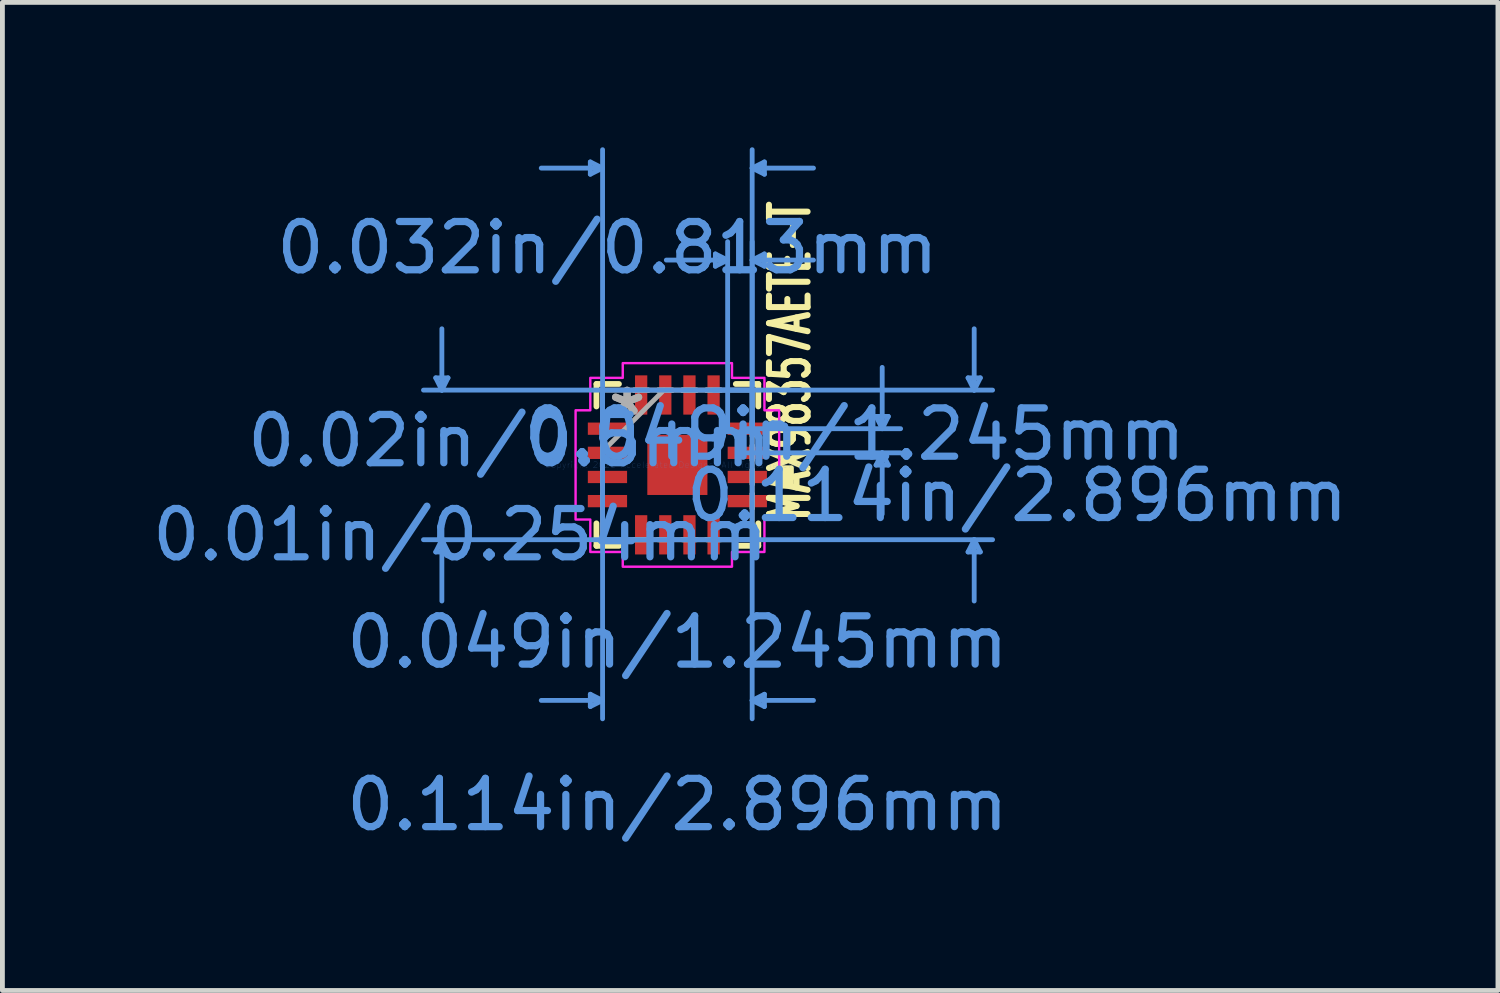
<source format=kicad_pcb>
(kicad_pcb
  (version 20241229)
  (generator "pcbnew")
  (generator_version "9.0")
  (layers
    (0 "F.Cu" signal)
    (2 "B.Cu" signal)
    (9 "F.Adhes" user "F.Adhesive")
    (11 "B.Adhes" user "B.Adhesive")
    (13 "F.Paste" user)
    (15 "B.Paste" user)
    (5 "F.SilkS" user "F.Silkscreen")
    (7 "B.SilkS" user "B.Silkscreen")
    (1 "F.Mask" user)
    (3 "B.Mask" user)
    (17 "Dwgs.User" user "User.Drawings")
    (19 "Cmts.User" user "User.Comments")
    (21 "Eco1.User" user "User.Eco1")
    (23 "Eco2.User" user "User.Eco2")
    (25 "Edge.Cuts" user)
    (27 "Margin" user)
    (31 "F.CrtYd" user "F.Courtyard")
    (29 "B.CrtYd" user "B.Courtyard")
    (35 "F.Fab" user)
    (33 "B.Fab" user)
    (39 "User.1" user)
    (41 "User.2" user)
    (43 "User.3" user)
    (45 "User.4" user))
  (footprint "MAX98357AETE-T"
    (layer "F.Cu")
    (at 10.978 6.578)
    (property "Reference" "MAX98357AETE-T" (at 2.333 -2.15 90) (layer "F.SilkS") (effects (font (size 0.8 0.5) (thickness 0.125))))
    (attr smd)
    (fp_line (start -1.676 -1.676) (end -1.676 -1.21) (stroke (width 0.12) (type solid)) (layer "F.SilkS"))
    (fp_line (start -1.676 1.21) (end -1.676 1.676) (stroke (width 0.12) (type solid)) (layer "F.SilkS"))
    (fp_line (start -1.676 1.676) (end -1.21 1.676) (stroke (width 0.12) (type solid)) (layer "F.SilkS"))
    (fp_line (start -1.21 -1.676) (end -1.676 -1.676) (stroke (width 0.12) (type solid)) (layer "F.SilkS"))
    (fp_line (start 1.21 1.676) (end 1.676 1.676) (stroke (width 0.12) (type solid)) (layer "F.SilkS"))
    (fp_line (start 1.676 -1.676) (end 1.21 -1.676) (stroke (width 0.12) (type solid)) (layer "F.SilkS"))
    (fp_line (start 1.676 -1.21) (end 1.676 -1.676) (stroke (width 0.12) (type solid)) (layer "F.SilkS"))
    (fp_line (start 1.676 1.676) (end 1.676 1.21) (stroke (width 0.12) (type solid)) (layer "F.SilkS"))
    (fp_poly (pts (xy 2.362 0.059) (xy 2.362 0.441) (xy 2.108 0.441) (xy 2.108 0.059)) (stroke (width 0.1) (type solid)) (fill yes) (layer "F.SilkS"))
    (fp_line (start -5.004 -1.803) (end -4.75 -1.803) (stroke (width 0.1) (type solid)) (layer "Cmts.User"))
    (fp_line (start -5.004 1.803) (end -4.75 1.803) (stroke (width 0.1) (type solid)) (layer "Cmts.User"))
    (fp_line (start -4.877 -1.549) (end -5.004 -1.803) (stroke (width 0.1) (type solid)) (layer "Cmts.User"))
    (fp_line (start -4.877 -1.549) (end -4.877 -2.819) (stroke (width 0.1) (type solid)) (layer "Cmts.User"))
    (fp_line (start -4.877 -1.549) (end -4.75 -1.803) (stroke (width 0.1) (type solid)) (layer "Cmts.User"))
    (fp_line (start -4.877 1.549) (end -5.004 1.803) (stroke (width 0.1) (type solid)) (layer "Cmts.User"))
    (fp_line (start -4.877 1.549) (end -4.877 2.819) (stroke (width 0.1) (type solid)) (layer "Cmts.User"))
    (fp_line (start -4.877 1.549) (end -4.75 1.803) (stroke (width 0.1) (type solid)) (layer "Cmts.User"))
    (fp_line (start -1.803 -6.274) (end -1.803 -6.02) (stroke (width 0.1) (type solid)) (layer "Cmts.User"))
    (fp_line (start -1.803 4.75) (end -1.803 5.004) (stroke (width 0.1) (type solid)) (layer "Cmts.User"))
    (fp_line (start -1.549 -6.147) (end -2.819 -6.147) (stroke (width 0.1) (type solid)) (layer "Cmts.User"))
    (fp_line (start -1.549 -6.147) (end -1.803 -6.274) (stroke (width 0.1) (type solid)) (layer "Cmts.User"))
    (fp_line (start -1.549 -6.147) (end -1.803 -6.02) (stroke (width 0.1) (type solid)) (layer "Cmts.User"))
    (fp_line (start -1.549 -1.549) (end -1.549 5.258) (stroke (width 0.1) (type solid)) (layer "Cmts.User"))
    (fp_line (start -1.549 -0.75) (end -1.549 -6.528) (stroke (width 0.1) (type solid)) (layer "Cmts.User"))
    (fp_line (start -1.549 4.877) (end -2.819 4.877) (stroke (width 0.1) (type solid)) (layer "Cmts.User"))
    (fp_line (start -1.549 4.877) (end -1.803 4.75) (stroke (width 0.1) (type solid)) (layer "Cmts.User"))
    (fp_line (start -1.549 4.877) (end -1.803 5.004) (stroke (width 0.1) (type solid)) (layer "Cmts.User"))
    (fp_line (start 0.75 -1.549) (end 6.528 -1.549) (stroke (width 0.1) (type solid)) (layer "Cmts.User"))
    (fp_line (start 0.75 1.549) (end 6.528 1.549) (stroke (width 0.1) (type solid)) (layer "Cmts.User"))
    (fp_line (start 0.787 -4.369) (end 0.787 -4.115) (stroke (width 0.1) (type solid)) (layer "Cmts.User"))
    (fp_line (start 1.041 -4.242) (end -0.229 -4.242) (stroke (width 0.1) (type solid)) (layer "Cmts.User"))
    (fp_line (start 1.041 -4.242) (end 0.787 -4.369) (stroke (width 0.1) (type solid)) (layer "Cmts.User"))
    (fp_line (start 1.041 -4.242) (end 0.787 -4.115) (stroke (width 0.1) (type solid)) (layer "Cmts.User"))
    (fp_line (start 1.041 -0.75) (end 1.041 -4.623) (stroke (width 0.1) (type solid)) (layer "Cmts.User"))
    (fp_line (start 1.448 -0.75) (end 4.623 -0.75) (stroke (width 0.1) (type solid)) (layer "Cmts.User"))
    (fp_line (start 1.448 -0.25) (end 4.623 -0.25) (stroke (width 0.1) (type solid)) (layer "Cmts.User"))
    (fp_line (start 1.549 -6.147) (end 1.803 -6.274) (stroke (width 0.1) (type solid)) (layer "Cmts.User"))
    (fp_line (start 1.549 -6.147) (end 1.803 -6.02) (stroke (width 0.1) (type solid)) (layer "Cmts.User"))
    (fp_line (start 1.549 -6.147) (end 2.819 -6.147) (stroke (width 0.1) (type solid)) (layer "Cmts.User"))
    (fp_line (start 1.549 -4.242) (end 1.803 -4.369) (stroke (width 0.1) (type solid)) (layer "Cmts.User"))
    (fp_line (start 1.549 -4.242) (end 1.803 -4.115) (stroke (width 0.1) (type solid)) (layer "Cmts.User"))
    (fp_line (start 1.549 -4.242) (end 2.819 -4.242) (stroke (width 0.1) (type solid)) (layer "Cmts.User"))
    (fp_line (start 1.549 -1.549) (end -5.258 -1.549) (stroke (width 0.1) (type solid)) (layer "Cmts.User"))
    (fp_line (start 1.549 -1.549) (end 1.549 5.258) (stroke (width 0.1) (type solid)) (layer "Cmts.User"))
    (fp_line (start 1.549 -0.75) (end 1.549 -6.528) (stroke (width 0.1) (type solid)) (layer "Cmts.User"))
    (fp_line (start 1.549 -0.75) (end 1.549 -4.623) (stroke (width 0.1) (type solid)) (layer "Cmts.User"))
    (fp_line (start 1.549 1.549) (end -5.258 1.549) (stroke (width 0.1) (type solid)) (layer "Cmts.User"))
    (fp_line (start 1.549 4.877) (end 1.803 4.75) (stroke (width 0.1) (type solid)) (layer "Cmts.User"))
    (fp_line (start 1.549 4.877) (end 1.803 5.004) (stroke (width 0.1) (type solid)) (layer "Cmts.User"))
    (fp_line (start 1.549 4.877) (end 2.819 4.877) (stroke (width 0.1) (type solid)) (layer "Cmts.User"))
    (fp_line (start 1.803 -6.274) (end 1.803 -6.02) (stroke (width 0.1) (type solid)) (layer "Cmts.User"))
    (fp_line (start 1.803 -4.369) (end 1.803 -4.115) (stroke (width 0.1) (type solid)) (layer "Cmts.User"))
    (fp_line (start 1.803 4.75) (end 1.803 5.004) (stroke (width 0.1) (type solid)) (layer "Cmts.User"))
    (fp_line (start 4.115 -1.004) (end 4.369 -1.004) (stroke (width 0.1) (type solid)) (layer "Cmts.User"))
    (fp_line (start 4.115 0.004) (end 4.369 0.004) (stroke (width 0.1) (type solid)) (layer "Cmts.User"))
    (fp_line (start 4.242 -0.75) (end 4.115 -1.004) (stroke (width 0.1) (type solid)) (layer "Cmts.User"))
    (fp_line (start 4.242 -0.75) (end 4.242 -2.02) (stroke (width 0.1) (type solid)) (layer "Cmts.User"))
    (fp_line (start 4.242 -0.75) (end 4.369 -1.004) (stroke (width 0.1) (type solid)) (layer "Cmts.User"))
    (fp_line (start 4.242 -0.25) (end 4.115 0.004) (stroke (width 0.1) (type solid)) (layer "Cmts.User"))
    (fp_line (start 4.242 -0.25) (end 4.242 1.02) (stroke (width 0.1) (type solid)) (layer "Cmts.User"))
    (fp_line (start 4.242 -0.25) (end 4.369 0.004) (stroke (width 0.1) (type solid)) (layer "Cmts.User"))
    (fp_line (start 6.02 -1.803) (end 6.274 -1.803) (stroke (width 0.1) (type solid)) (layer "Cmts.User"))
    (fp_line (start 6.02 1.803) (end 6.274 1.803) (stroke (width 0.1) (type solid)) (layer "Cmts.User"))
    (fp_line (start 6.147 -1.549) (end 6.02 -1.803) (stroke (width 0.1) (type solid)) (layer "Cmts.User"))
    (fp_line (start 6.147 -1.549) (end 6.147 -2.819) (stroke (width 0.1) (type solid)) (layer "Cmts.User"))
    (fp_line (start 6.147 -1.549) (end 6.274 -1.803) (stroke (width 0.1) (type solid)) (layer "Cmts.User"))
    (fp_line (start 6.147 1.549) (end 6.02 1.803) (stroke (width 0.1) (type solid)) (layer "Cmts.User"))
    (fp_line (start 6.147 1.549) (end 6.147 2.819) (stroke (width 0.1) (type solid)) (layer "Cmts.User"))
    (fp_line (start 6.147 1.549) (end 6.274 1.803) (stroke (width 0.1) (type solid)) (layer "Cmts.User"))
    (fp_line (start 2.108 1.131) (end 1.803 1.131) (stroke (width 0.05) (type solid)) (layer "F.CrtYd"))
    (fp_poly (pts (xy -1.131 -2.108) (xy 1.131 -2.108) (xy 1.131 -1.803) (xy 1.803 -1.803) (xy 1.803 -1.131) (xy 2.108 -1.131) (xy 2.108 1.131) (xy 1.803 1.131) (xy 1.803 1.803) (xy 1.131 1.803) (xy 1.131 2.108) (xy -1.131 2.108) (xy -1.131 1.803) (xy -1.803 1.803) (xy -1.803 1.131) (xy -2.108 1.131) (xy -2.108 -1.131) (xy -1.803 -1.131) (xy -1.803 -1.803) (xy -1.131 -1.803)) (stroke (width 0.05) (type solid)) (fill no) (layer "F.CrtYd"))
    (fp_line (start -1.549 -1.549) (end -1.549 -1.549) (stroke (width 0.1) (type solid)) (layer "F.Fab"))
    (fp_line (start -1.549 -1.549) (end -1.549 1.549) (stroke (width 0.1) (type solid)) (layer "F.Fab"))
    (fp_line (start -1.549 -0.902) (end -1.549 -0.902) (stroke (width 0.1) (type solid)) (layer "F.Fab"))
    (fp_line (start -1.549 -0.902) (end -1.549 -0.598) (stroke (width 0.1) (type solid)) (layer "F.Fab"))
    (fp_line (start -1.549 -0.598) (end -1.549 -0.902) (stroke (width 0.1) (type solid)) (layer "F.Fab"))
    (fp_line (start -1.549 -0.598) (end -1.549 -0.598) (stroke (width 0.1) (type solid)) (layer "F.Fab"))
    (fp_line (start -1.549 -0.402) (end -1.549 -0.402) (stroke (width 0.1) (type solid)) (layer "F.Fab"))
    (fp_line (start -1.549 -0.402) (end -1.549 -0.098) (stroke (width 0.1) (type solid)) (layer "F.Fab"))
    (fp_line (start -1.549 -0.279) (end -0.279 -1.549) (stroke (width 0.1) (type solid)) (layer "F.Fab"))
    (fp_line (start -1.549 -0.098) (end -1.549 -0.402) (stroke (width 0.1) (type solid)) (layer "F.Fab"))
    (fp_line (start -1.549 -0.098) (end -1.549 -0.098) (stroke (width 0.1) (type solid)) (layer "F.Fab"))
    (fp_line (start -1.549 0.098) (end -1.549 0.098) (stroke (width 0.1) (type solid)) (layer "F.Fab"))
    (fp_line (start -1.549 0.098) (end -1.549 0.402) (stroke (width 0.1) (type solid)) (layer "F.Fab"))
    (fp_line (start -1.549 0.402) (end -1.549 0.098) (stroke (width 0.1) (type solid)) (layer "F.Fab"))
    (fp_line (start -1.549 0.402) (end -1.549 0.402) (stroke (width 0.1) (type solid)) (layer "F.Fab"))
    (fp_line (start -1.549 0.598) (end -1.549 0.598) (stroke (width 0.1) (type solid)) (layer "F.Fab"))
    (fp_line (start -1.549 0.598) (end -1.549 0.902) (stroke (width 0.1) (type solid)) (layer "F.Fab"))
    (fp_line (start -1.549 0.902) (end -1.549 0.598) (stroke (width 0.1) (type solid)) (layer "F.Fab"))
    (fp_line (start -1.549 0.902) (end -1.549 0.902) (stroke (width 0.1) (type solid)) (layer "F.Fab"))
    (fp_line (start -1.549 1.549) (end -1.549 1.549) (stroke (width 0.1) (type solid)) (layer "F.Fab"))
    (fp_line (start -1.549 1.549) (end 1.549 1.549) (stroke (width 0.1) (type solid)) (layer "F.Fab"))
    (fp_line (start -0.902 -1.549) (end -0.902 -1.549) (stroke (width 0.1) (type solid)) (layer "F.Fab"))
    (fp_line (start -0.902 -1.549) (end -0.598 -1.549) (stroke (width 0.1) (type solid)) (layer "F.Fab"))
    (fp_line (start -0.902 1.549) (end -0.902 1.549) (stroke (width 0.1) (type solid)) (layer "F.Fab"))
    (fp_line (start -0.902 1.549) (end -0.598 1.549) (stroke (width 0.1) (type solid)) (layer "F.Fab"))
    (fp_line (start -0.598 -1.549) (end -0.902 -1.549) (stroke (width 0.1) (type solid)) (layer "F.Fab"))
    (fp_line (start -0.598 -1.549) (end -0.598 -1.549) (stroke (width 0.1) (type solid)) (layer "F.Fab"))
    (fp_line (start -0.598 1.549) (end -0.902 1.549) (stroke (width 0.1) (type solid)) (layer "F.Fab"))
    (fp_line (start -0.598 1.549) (end -0.598 1.549) (stroke (width 0.1) (type solid)) (layer "F.Fab"))
    (fp_line (start -0.402 -1.549) (end -0.402 -1.549) (stroke (width 0.1) (type solid)) (layer "F.Fab"))
    (fp_line (start -0.402 -1.549) (end -0.098 -1.549) (stroke (width 0.1) (type solid)) (layer "F.Fab"))
    (fp_line (start -0.402 1.549) (end -0.402 1.549) (stroke (width 0.1) (type solid)) (layer "F.Fab"))
    (fp_line (start -0.402 1.549) (end -0.098 1.549) (stroke (width 0.1) (type solid)) (layer "F.Fab"))
    (fp_line (start -0.098 -1.549) (end -0.402 -1.549) (stroke (width 0.1) (type solid)) (layer "F.Fab"))
    (fp_line (start -0.098 -1.549) (end -0.098 -1.549) (stroke (width 0.1) (type solid)) (layer "F.Fab"))
    (fp_line (start -0.098 1.549) (end -0.402 1.549) (stroke (width 0.1) (type solid)) (layer "F.Fab"))
    (fp_line (start -0.098 1.549) (end -0.098 1.549) (stroke (width 0.1) (type solid)) (layer "F.Fab"))
    (fp_line (start 0.098 -1.549) (end 0.098 -1.549) (stroke (width 0.1) (type solid)) (layer "F.Fab"))
    (fp_line (start 0.098 -1.549) (end 0.402 -1.549) (stroke (width 0.1) (type solid)) (layer "F.Fab"))
    (fp_line (start 0.098 1.549) (end 0.098 1.549) (stroke (width 0.1) (type solid)) (layer "F.Fab"))
    (fp_line (start 0.098 1.549) (end 0.402 1.549) (stroke (width 0.1) (type solid)) (layer "F.Fab"))
    (fp_line (start 0.402 -1.549) (end 0.098 -1.549) (stroke (width 0.1) (type solid)) (layer "F.Fab"))
    (fp_line (start 0.402 -1.549) (end 0.402 -1.549) (stroke (width 0.1) (type solid)) (layer "F.Fab"))
    (fp_line (start 0.402 1.549) (end 0.098 1.549) (stroke (width 0.1) (type solid)) (layer "F.Fab"))
    (fp_line (start 0.402 1.549) (end 0.402 1.549) (stroke (width 0.1) (type solid)) (layer "F.Fab"))
    (fp_line (start 0.598 -1.549) (end 0.598 -1.549) (stroke (width 0.1) (type solid)) (layer "F.Fab"))
    (fp_line (start 0.598 -1.549) (end 0.902 -1.549) (stroke (width 0.1) (type solid)) (layer "F.Fab"))
    (fp_line (start 0.598 1.549) (end 0.598 1.549) (stroke (width 0.1) (type solid)) (layer "F.Fab"))
    (fp_line (start 0.598 1.549) (end 0.902 1.549) (stroke (width 0.1) (type solid)) (layer "F.Fab"))
    (fp_line (start 0.902 -1.549) (end 0.598 -1.549) (stroke (width 0.1) (type solid)) (layer "F.Fab"))
    (fp_line (start 0.902 -1.549) (end 0.902 -1.549) (stroke (width 0.1) (type solid)) (layer "F.Fab"))
    (fp_line (start 0.902 1.549) (end 0.598 1.549) (stroke (width 0.1) (type solid)) (layer "F.Fab"))
    (fp_line (start 0.902 1.549) (end 0.902 1.549) (stroke (width 0.1) (type solid)) (layer "F.Fab"))
    (fp_line (start 1.549 -1.549) (end -1.549 -1.549) (stroke (width 0.1) (type solid)) (layer "F.Fab"))
    (fp_line (start 1.549 -1.549) (end 1.549 -1.549) (stroke (width 0.1) (type solid)) (layer "F.Fab"))
    (fp_line (start 1.549 -0.902) (end 1.549 -0.902) (stroke (width 0.1) (type solid)) (layer "F.Fab"))
    (fp_line (start 1.549 -0.902) (end 1.549 -0.598) (stroke (width 0.1) (type solid)) (layer "F.Fab"))
    (fp_line (start 1.549 -0.598) (end 1.549 -0.902) (stroke (width 0.1) (type solid)) (layer "F.Fab"))
    (fp_line (start 1.549 -0.598) (end 1.549 -0.598) (stroke (width 0.1) (type solid)) (layer "F.Fab"))
    (fp_line (start 1.549 -0.402) (end 1.549 -0.402) (stroke (width 0.1) (type solid)) (layer "F.Fab"))
    (fp_line (start 1.549 -0.402) (end 1.549 -0.098) (stroke (width 0.1) (type solid)) (layer "F.Fab"))
    (fp_line (start 1.549 -0.098) (end 1.549 -0.402) (stroke (width 0.1) (type solid)) (layer "F.Fab"))
    (fp_line (start 1.549 -0.098) (end 1.549 -0.098) (stroke (width 0.1) (type solid)) (layer "F.Fab"))
    (fp_line (start 1.549 0.098) (end 1.549 0.098) (stroke (width 0.1) (type solid)) (layer "F.Fab"))
    (fp_line (start 1.549 0.098) (end 1.549 0.402) (stroke (width 0.1) (type solid)) (layer "F.Fab"))
    (fp_line (start 1.549 0.402) (end 1.549 0.098) (stroke (width 0.1) (type solid)) (layer "F.Fab"))
    (fp_line (start 1.549 0.402) (end 1.549 0.402) (stroke (width 0.1) (type solid)) (layer "F.Fab"))
    (fp_line (start 1.549 0.598) (end 1.549 0.598) (stroke (width 0.1) (type solid)) (layer "F.Fab"))
    (fp_line (start 1.549 0.598) (end 1.549 0.902) (stroke (width 0.1) (type solid)) (layer "F.Fab"))
    (fp_line (start 1.549 0.902) (end 1.549 0.598) (stroke (width 0.1) (type solid)) (layer "F.Fab"))
    (fp_line (start 1.549 0.902) (end 1.549 0.902) (stroke (width 0.1) (type solid)) (layer "F.Fab"))
    (fp_line (start 1.549 1.549) (end 1.549 -1.549) (stroke (width 0.1) (type solid)) (layer "F.Fab"))
    (fp_line (start 1.549 1.549) (end 1.549 1.549) (stroke (width 0.1) (type solid)) (layer "F.Fab"))
    (fp_text user "0.049in/1.245mm" (at 0 3.67 180) (layer "Cmts.User") (effects (font (size 1 1) (thickness 0.15))))
    (fp_text user "0.049in/1.245mm" (at 3.67 -0.635 180) (layer "Cmts.User") (effects (font (size 1 1) (thickness 0.15))))
    (fp_text user "0.02in/0.5mm" (at -3.48 -0.5 180) (layer "Cmts.User") (effects (font (size 1 1) (thickness 0.15))))
    (fp_text user "0.032in/0.813mm" (at -1.448 -4.496 180) (layer "Cmts.User") (effects (font (size 1 1) (thickness 0.15))))
    (fp_text user "Copyright 2021 Accelerated Designs. All rights reserved." (at 0 0 180) (layer "Cmts.User") (effects (font (size 0.127 0.127) (thickness 0.002))))
    (fp_text user "0.114in/2.896mm" (at 0 7.036 180) (layer "Cmts.User") (effects (font (size 1 1) (thickness 0.15))))
    (fp_text user "0.01in/0.254mm" (at -4.496 1.448 180) (layer "Cmts.User") (effects (font (size 1 1) (thickness 0.15))))
    (fp_text user "0.114in/2.896mm" (at 7.036 0.635 180) (layer "Cmts.User") (effects (font (size 1 1) (thickness 0.15))))
    (fp_text user "*" (at -1.041 -1 180) (layer "F.Fab") (effects (font (size 1 1) (thickness 0.15))))
    (fp_text user "*" (at -1.041 -1 180) (layer "F.Fab") (effects (font (size 1 1) (thickness 0.15))))
    (pad "1" smd rect (at -1.448 -0.75 90) (size 0.254 0.813) (layers "F.Cu" "F.Mask" "F.Paste"))
    (pad "2" smd rect (at -1.448 -0.25 90) (size 0.254 0.813) (layers "F.Cu" "F.Mask" "F.Paste"))
    (pad "3" smd rect (at -1.448 0.25 90) (size 0.254 0.813) (layers "F.Cu" "F.Mask" "F.Paste"))
    (pad "4" smd rect (at -1.448 0.75 90) (size 0.254 0.813) (layers "F.Cu" "F.Mask" "F.Paste"))
    (pad "5" smd rect (at -0.75 1.448) (size 0.254 0.813) (layers "F.Cu" "F.Mask" "F.Paste"))
    (pad "6" smd rect (at -0.25 1.448) (size 0.254 0.813) (layers "F.Cu" "F.Mask" "F.Paste"))
    (pad "7" smd rect (at 0.25 1.448) (size 0.254 0.813) (layers "F.Cu" "F.Mask" "F.Paste"))
    (pad "8" smd rect (at 0.75 1.448) (size 0.254 0.813) (layers "F.Cu" "F.Mask" "F.Paste"))
    (pad "9" smd rect (at 1.448 0.75 90) (size 0.254 0.813) (layers "F.Cu" "F.Mask" "F.Paste"))
    (pad "10" smd rect (at 1.448 0.25 90) (size 0.254 0.813) (layers "F.Cu" "F.Mask" "F.Paste"))
    (pad "11" smd rect (at 1.448 -0.25 90) (size 0.254 0.813) (layers "F.Cu" "F.Mask" "F.Paste"))
    (pad "12" smd rect (at 1.448 -0.75 90) (size 0.254 0.813) (layers "F.Cu" "F.Mask" "F.Paste"))
    (pad "13" smd rect (at 0.75 -1.448) (size 0.254 0.813) (layers "F.Cu" "F.Mask" "F.Paste"))
    (pad "14" smd rect (at 0.25 -1.448) (size 0.254 0.813) (layers "F.Cu" "F.Mask" "F.Paste"))
    (pad "15" smd rect (at -0.25 -1.448) (size 0.254 0.813) (layers "F.Cu" "F.Mask" "F.Paste"))
    (pad "16" smd rect (at -0.75 -1.448) (size 0.254 0.813) (layers "F.Cu" "F.Mask" "F.Paste"))
    (pad "17" smd rect (at 0 0) (size 1.245 1.245) (layers "F.Cu" "F.Mask" "F.Paste")))
  (gr_rect
    (start -3 -3)
    (end 27.972 17.462)
    (stroke (width 0.1) (type default))
    (fill no)
    (layer "Edge.Cuts")))
</source>
